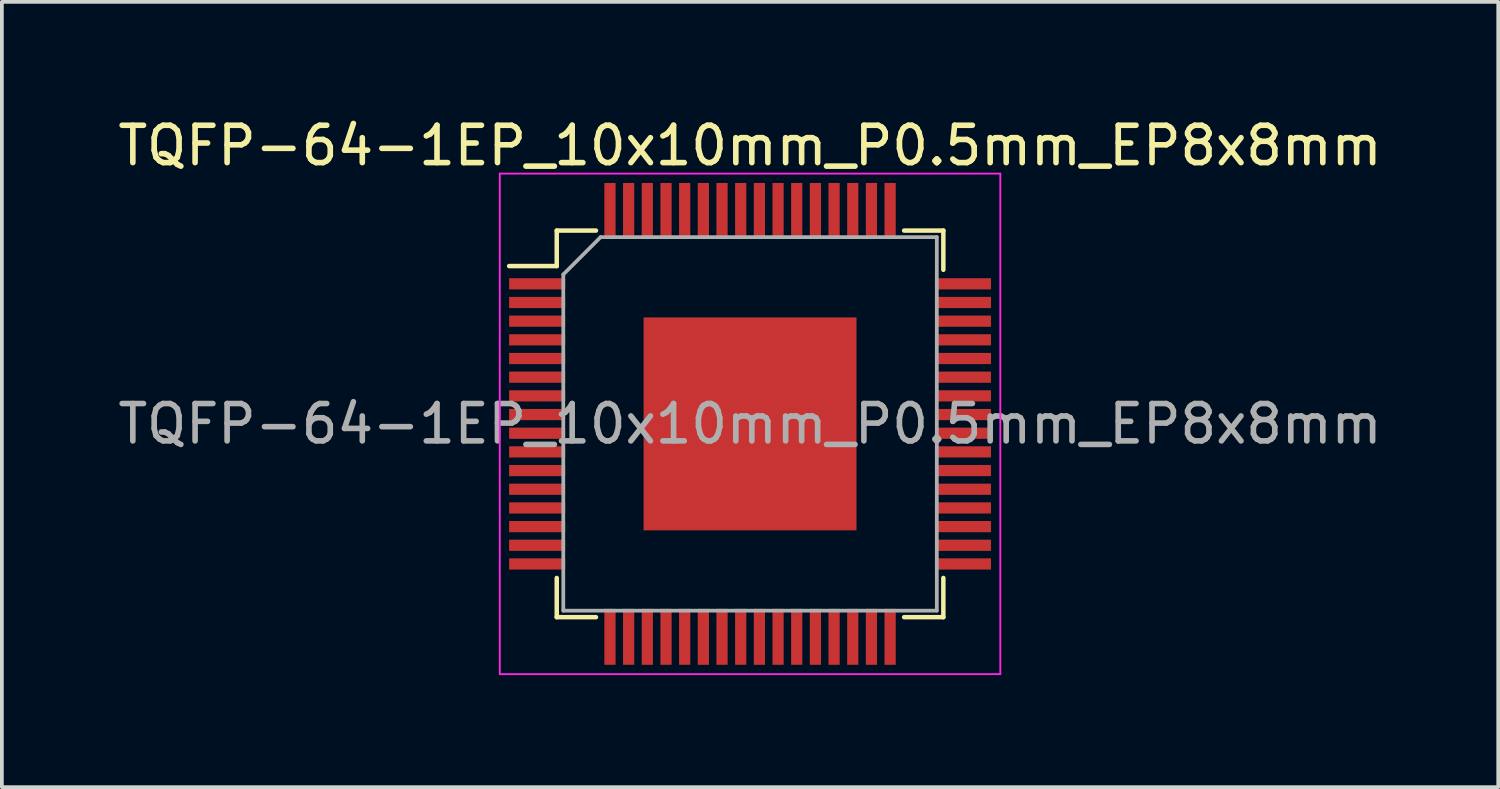
<source format=kicad_pcb>
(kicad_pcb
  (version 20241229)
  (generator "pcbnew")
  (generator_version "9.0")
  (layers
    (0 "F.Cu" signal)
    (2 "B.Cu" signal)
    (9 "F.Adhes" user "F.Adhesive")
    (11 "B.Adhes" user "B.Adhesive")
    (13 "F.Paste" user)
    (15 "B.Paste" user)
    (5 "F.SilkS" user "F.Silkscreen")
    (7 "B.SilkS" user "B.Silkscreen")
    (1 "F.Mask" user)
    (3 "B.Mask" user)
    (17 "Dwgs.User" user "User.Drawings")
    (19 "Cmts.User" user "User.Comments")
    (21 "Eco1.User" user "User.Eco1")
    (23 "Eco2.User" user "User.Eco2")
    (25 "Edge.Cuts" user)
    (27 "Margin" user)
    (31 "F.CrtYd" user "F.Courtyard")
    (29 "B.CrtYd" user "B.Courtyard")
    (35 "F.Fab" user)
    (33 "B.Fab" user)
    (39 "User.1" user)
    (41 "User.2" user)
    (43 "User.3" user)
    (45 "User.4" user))
  (footprint "TQFP-64-1EP_10x10mm_P0.5mm_EP8x8mm"
    (layer "F.Cu")
    (at 17.03 8.298)
    (property "Reference" "TQFP-64-1EP_10x10mm_P0.5mm_EP8x8mm" (at 0 -7.45 0) (layer "F.SilkS") (effects (font (size 1 1) (thickness 0.15))))
    (attr smd)
    (fp_line (start -5.175 -5.175) (end -5.175 -4.225) (stroke (width 0.12) (type solid)) (layer "F.SilkS"))
    (fp_line (start -5.175 -5.175) (end -4.125 -5.175) (stroke (width 0.12) (type solid)) (layer "F.SilkS"))
    (fp_line (start -5.175 -4.225) (end -6.45 -4.225) (stroke (width 0.12) (type solid)) (layer "F.SilkS"))
    (fp_line (start -5.175 5.175) (end -5.175 4.125) (stroke (width 0.12) (type solid)) (layer "F.SilkS"))
    (fp_line (start -5.175 5.175) (end -4.125 5.175) (stroke (width 0.12) (type solid)) (layer "F.SilkS"))
    (fp_line (start 5.175 -5.175) (end 4.125 -5.175) (stroke (width 0.12) (type solid)) (layer "F.SilkS"))
    (fp_line (start 5.175 -5.175) (end 5.175 -4.125) (stroke (width 0.12) (type solid)) (layer "F.SilkS"))
    (fp_line (start 5.175 5.175) (end 4.125 5.175) (stroke (width 0.12) (type solid)) (layer "F.SilkS"))
    (fp_line (start 5.175 5.175) (end 5.175 4.125) (stroke (width 0.12) (type solid)) (layer "F.SilkS"))
    (fp_line (start -6.7 -6.7) (end -6.7 6.7) (stroke (width 0.05) (type solid)) (layer "F.CrtYd"))
    (fp_line (start -6.7 -6.7) (end 6.7 -6.7) (stroke (width 0.05) (type solid)) (layer "F.CrtYd"))
    (fp_line (start -6.7 6.7) (end 6.7 6.7) (stroke (width 0.05) (type solid)) (layer "F.CrtYd"))
    (fp_line (start 6.7 -6.7) (end 6.7 6.7) (stroke (width 0.05) (type solid)) (layer "F.CrtYd"))
    (fp_line (start -5 -4) (end -4 -5) (stroke (width 0.1) (type solid)) (layer "F.Fab"))
    (fp_line (start -5 5) (end -5 -4) (stroke (width 0.1) (type solid)) (layer "F.Fab"))
    (fp_line (start -4 -5) (end 5 -5) (stroke (width 0.1) (type solid)) (layer "F.Fab"))
    (fp_line (start 5 -5) (end 5 5) (stroke (width 0.1) (type solid)) (layer "F.Fab"))
    (fp_line (start 5 5) (end -5 5) (stroke (width 0.1) (type solid)) (layer "F.Fab"))
    (fp_text user "${REFERENCE}" (at 0 0 0) (layer "F.Fab") (effects (font (size 1 1) (thickness 0.15))))
    (pad "" smd rect (at -1.8 -1.8) (size 1.5 1.5) (layers "F.Paste"))
    (pad "" smd rect (at -1.8 0) (size 1.5 1.5) (layers "F.Paste"))
    (pad "" smd rect (at -1.8 1.8) (size 1.5 1.5) (layers "F.Paste"))
    (pad "" smd rect (at 0 -1.8) (size 1.5 1.5) (layers "F.Paste"))
    (pad "" smd rect (at 0 0) (size 1.5 1.5) (layers "F.Paste"))
    (pad "" smd rect (at 0 1.8) (size 1.5 1.5) (layers "F.Paste"))
    (pad "" smd rect (at 1.8 -1.8) (size 1.5 1.5) (layers "F.Paste"))
    (pad "" smd rect (at 1.8 0) (size 1.5 1.5) (layers "F.Paste"))
    (pad "" smd rect (at 1.8 1.8) (size 1.5 1.5) (layers "F.Paste"))
    (pad "1" smd rect (at -5.7 -3.75) (size 1.5 0.3) (layers "F.Cu" "F.Mask" "F.Paste"))
    (pad "2" smd rect (at -5.7 -3.25) (size 1.5 0.3) (layers "F.Cu" "F.Mask" "F.Paste"))
    (pad "3" smd rect (at -5.7 -2.75) (size 1.5 0.3) (layers "F.Cu" "F.Mask" "F.Paste"))
    (pad "4" smd rect (at -5.7 -2.25) (size 1.5 0.3) (layers "F.Cu" "F.Mask" "F.Paste"))
    (pad "5" smd rect (at -5.7 -1.75) (size 1.5 0.3) (layers "F.Cu" "F.Mask" "F.Paste"))
    (pad "6" smd rect (at -5.7 -1.25) (size 1.5 0.3) (layers "F.Cu" "F.Mask" "F.Paste"))
    (pad "7" smd rect (at -5.7 -0.75) (size 1.5 0.3) (layers "F.Cu" "F.Mask" "F.Paste"))
    (pad "8" smd rect (at -5.7 -0.25) (size 1.5 0.3) (layers "F.Cu" "F.Mask" "F.Paste"))
    (pad "9" smd rect (at -5.7 0.25) (size 1.5 0.3) (layers "F.Cu" "F.Mask" "F.Paste"))
    (pad "10" smd rect (at -5.7 0.75) (size 1.5 0.3) (layers "F.Cu" "F.Mask" "F.Paste"))
    (pad "11" smd rect (at -5.7 1.25) (size 1.5 0.3) (layers "F.Cu" "F.Mask" "F.Paste"))
    (pad "12" smd rect (at -5.7 1.75) (size 1.5 0.3) (layers "F.Cu" "F.Mask" "F.Paste"))
    (pad "13" smd rect (at -5.7 2.25) (size 1.5 0.3) (layers "F.Cu" "F.Mask" "F.Paste"))
    (pad "14" smd rect (at -5.7 2.75) (size 1.5 0.3) (layers "F.Cu" "F.Mask" "F.Paste"))
    (pad "15" smd rect (at -5.7 3.25) (size 1.5 0.3) (layers "F.Cu" "F.Mask" "F.Paste"))
    (pad "16" smd rect (at -5.7 3.75) (size 1.5 0.3) (layers "F.Cu" "F.Mask" "F.Paste"))
    (pad "17" smd rect (at -3.75 5.7 90) (size 1.5 0.3) (layers "F.Cu" "F.Mask" "F.Paste"))
    (pad "18" smd rect (at -3.25 5.7 90) (size 1.5 0.3) (layers "F.Cu" "F.Mask" "F.Paste"))
    (pad "19" smd rect (at -2.75 5.7 90) (size 1.5 0.3) (layers "F.Cu" "F.Mask" "F.Paste"))
    (pad "20" smd rect (at -2.25 5.7 90) (size 1.5 0.3) (layers "F.Cu" "F.Mask" "F.Paste"))
    (pad "21" smd rect (at -1.75 5.7 90) (size 1.5 0.3) (layers "F.Cu" "F.Mask" "F.Paste"))
    (pad "22" smd rect (at -1.25 5.7 90) (size 1.5 0.3) (layers "F.Cu" "F.Mask" "F.Paste"))
    (pad "23" smd rect (at -0.75 5.7 90) (size 1.5 0.3) (layers "F.Cu" "F.Mask" "F.Paste"))
    (pad "24" smd rect (at -0.25 5.7 90) (size 1.5 0.3) (layers "F.Cu" "F.Mask" "F.Paste"))
    (pad "25" smd rect (at 0.25 5.7 90) (size 1.5 0.3) (layers "F.Cu" "F.Mask" "F.Paste"))
    (pad "26" smd rect (at 0.75 5.7 90) (size 1.5 0.3) (layers "F.Cu" "F.Mask" "F.Paste"))
    (pad "27" smd rect (at 1.25 5.7 90) (size 1.5 0.3) (layers "F.Cu" "F.Mask" "F.Paste"))
    (pad "28" smd rect (at 1.75 5.7 90) (size 1.5 0.3) (layers "F.Cu" "F.Mask" "F.Paste"))
    (pad "29" smd rect (at 2.25 5.7 90) (size 1.5 0.3) (layers "F.Cu" "F.Mask" "F.Paste"))
    (pad "30" smd rect (at 2.75 5.7 90) (size 1.5 0.3) (layers "F.Cu" "F.Mask" "F.Paste"))
    (pad "31" smd rect (at 3.25 5.7 90) (size 1.5 0.3) (layers "F.Cu" "F.Mask" "F.Paste"))
    (pad "32" smd rect (at 3.75 5.7 90) (size 1.5 0.3) (layers "F.Cu" "F.Mask" "F.Paste"))
    (pad "33" smd rect (at 5.7 3.75) (size 1.5 0.3) (layers "F.Cu" "F.Mask" "F.Paste"))
    (pad "34" smd rect (at 5.7 3.25) (size 1.5 0.3) (layers "F.Cu" "F.Mask" "F.Paste"))
    (pad "35" smd rect (at 5.7 2.75) (size 1.5 0.3) (layers "F.Cu" "F.Mask" "F.Paste"))
    (pad "36" smd rect (at 5.7 2.25) (size 1.5 0.3) (layers "F.Cu" "F.Mask" "F.Paste"))
    (pad "37" smd rect (at 5.7 1.75) (size 1.5 0.3) (layers "F.Cu" "F.Mask" "F.Paste"))
    (pad "38" smd rect (at 5.7 1.25) (size 1.5 0.3) (layers "F.Cu" "F.Mask" "F.Paste"))
    (pad "39" smd rect (at 5.7 0.75) (size 1.5 0.3) (layers "F.Cu" "F.Mask" "F.Paste"))
    (pad "40" smd rect (at 5.7 0.25) (size 1.5 0.3) (layers "F.Cu" "F.Mask" "F.Paste"))
    (pad "41" smd rect (at 5.7 -0.25) (size 1.5 0.3) (layers "F.Cu" "F.Mask" "F.Paste"))
    (pad "42" smd rect (at 5.7 -0.75) (size 1.5 0.3) (layers "F.Cu" "F.Mask" "F.Paste"))
    (pad "43" smd rect (at 5.7 -1.25) (size 1.5 0.3) (layers "F.Cu" "F.Mask" "F.Paste"))
    (pad "44" smd rect (at 5.7 -1.75) (size 1.5 0.3) (layers "F.Cu" "F.Mask" "F.Paste"))
    (pad "45" smd rect (at 5.7 -2.25) (size 1.5 0.3) (layers "F.Cu" "F.Mask" "F.Paste"))
    (pad "46" smd rect (at 5.7 -2.75) (size 1.5 0.3) (layers "F.Cu" "F.Mask" "F.Paste"))
    (pad "47" smd rect (at 5.7 -3.25) (size 1.5 0.3) (layers "F.Cu" "F.Mask" "F.Paste"))
    (pad "48" smd rect (at 5.7 -3.75) (size 1.5 0.3) (layers "F.Cu" "F.Mask" "F.Paste"))
    (pad "49" smd rect (at 3.75 -5.7 90) (size 1.5 0.3) (layers "F.Cu" "F.Mask" "F.Paste"))
    (pad "50" smd rect (at 3.25 -5.7 90) (size 1.5 0.3) (layers "F.Cu" "F.Mask" "F.Paste"))
    (pad "51" smd rect (at 2.75 -5.7 90) (size 1.5 0.3) (layers "F.Cu" "F.Mask" "F.Paste"))
    (pad "52" smd rect (at 2.25 -5.7 90) (size 1.5 0.3) (layers "F.Cu" "F.Mask" "F.Paste"))
    (pad "53" smd rect (at 1.75 -5.7 90) (size 1.5 0.3) (layers "F.Cu" "F.Mask" "F.Paste"))
    (pad "54" smd rect (at 1.25 -5.7 90) (size 1.5 0.3) (layers "F.Cu" "F.Mask" "F.Paste"))
    (pad "55" smd rect (at 0.75 -5.7 90) (size 1.5 0.3) (layers "F.Cu" "F.Mask" "F.Paste"))
    (pad "56" smd rect (at 0.25 -5.7 90) (size 1.5 0.3) (layers "F.Cu" "F.Mask" "F.Paste"))
    (pad "57" smd rect (at -0.25 -5.7 90) (size 1.5 0.3) (layers "F.Cu" "F.Mask" "F.Paste"))
    (pad "58" smd rect (at -0.75 -5.7 90) (size 1.5 0.3) (layers "F.Cu" "F.Mask" "F.Paste"))
    (pad "59" smd rect (at -1.25 -5.7 90) (size 1.5 0.3) (layers "F.Cu" "F.Mask" "F.Paste"))
    (pad "60" smd rect (at -1.75 -5.7 90) (size 1.5 0.3) (layers "F.Cu" "F.Mask" "F.Paste"))
    (pad "61" smd rect (at -2.25 -5.7 90) (size 1.5 0.3) (layers "F.Cu" "F.Mask" "F.Paste"))
    (pad "62" smd rect (at -2.75 -5.7 90) (size 1.5 0.3) (layers "F.Cu" "F.Mask" "F.Paste"))
    (pad "63" smd rect (at -3.25 -5.7 90) (size 1.5 0.3) (layers "F.Cu" "F.Mask" "F.Paste"))
    (pad "64" smd rect (at -3.75 -5.7 90) (size 1.5 0.3) (layers "F.Cu" "F.Mask" "F.Paste"))
    (pad "65" smd rect (at 0 0) (size 5.7 5.7) (layers "F.Cu" "F.Mask")))
  (gr_rect
    (start -3 -3)
    (end 37.06 18.023)
    (stroke (width 0.1) (type default))
    (fill no)
    (layer "Edge.Cuts")))
</source>
